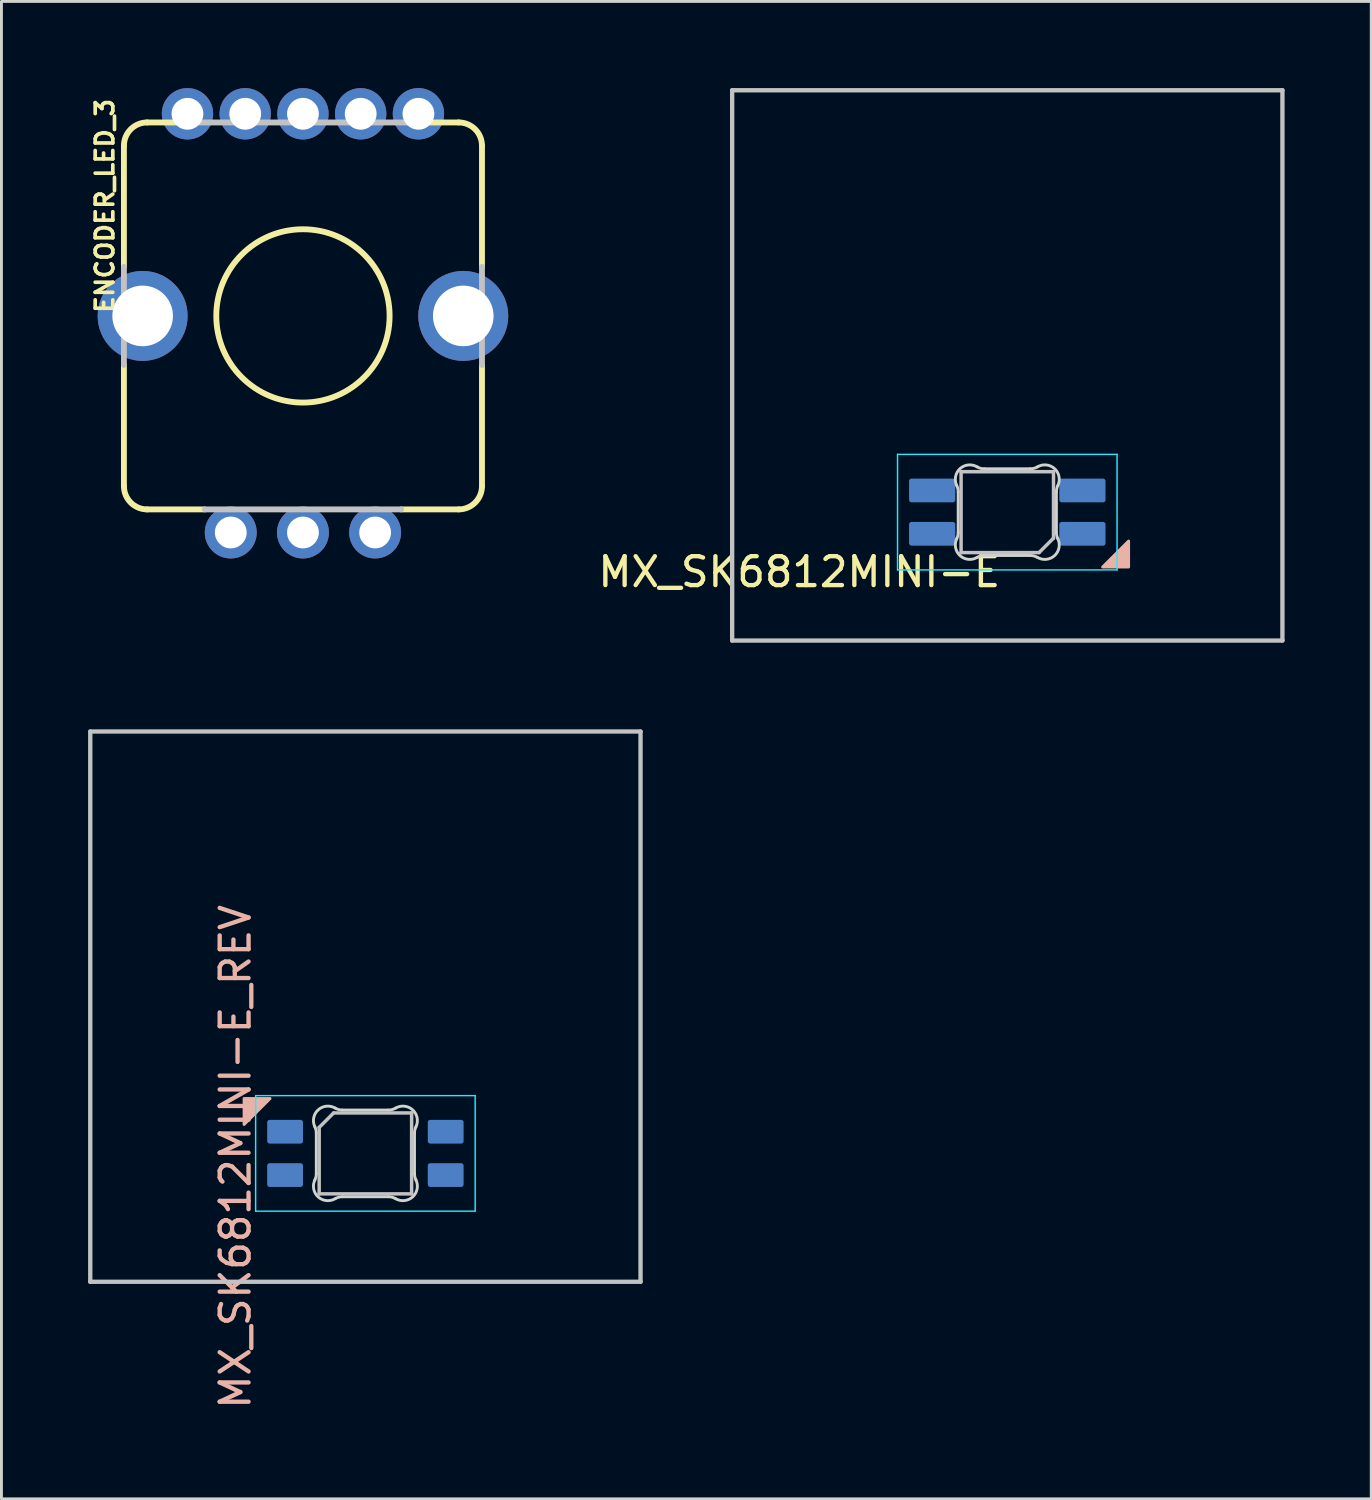
<source format=kicad_pcb>
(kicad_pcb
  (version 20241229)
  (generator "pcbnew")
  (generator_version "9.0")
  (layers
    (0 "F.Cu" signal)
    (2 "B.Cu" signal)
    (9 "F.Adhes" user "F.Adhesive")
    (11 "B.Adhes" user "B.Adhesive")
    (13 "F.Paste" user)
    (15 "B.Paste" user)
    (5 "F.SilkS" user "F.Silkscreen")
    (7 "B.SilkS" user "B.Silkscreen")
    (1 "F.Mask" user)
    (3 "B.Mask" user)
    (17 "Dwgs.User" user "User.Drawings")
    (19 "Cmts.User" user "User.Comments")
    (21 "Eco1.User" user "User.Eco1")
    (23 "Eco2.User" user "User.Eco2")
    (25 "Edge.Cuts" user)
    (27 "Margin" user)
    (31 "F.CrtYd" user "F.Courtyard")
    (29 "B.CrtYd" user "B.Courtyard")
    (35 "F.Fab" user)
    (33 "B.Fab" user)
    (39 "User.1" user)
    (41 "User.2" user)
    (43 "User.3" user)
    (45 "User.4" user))
  (footprint "MX_SK6812MINI-E"
    (layer "F.Cu")
    (at 31.822 9.6)
    (property "Reference" "MX_SK6812MINI-E" (at -7.2 7.15 0) (layer "F.SilkS") (effects (font (size 1 1) (thickness 0.15))))
    (attr through_hole)
    (fp_poly (pts (xy 4.2 6.08) (xy 3.3 6.98) (xy 4.2 6.98)) (stroke (width 0.1) (type solid)) (fill yes) (layer "B.SilkS"))
    (fp_line (start -9.525 -9.525) (end 9.525 -9.525) (stroke (width 0.15) (type solid)) (layer "Dwgs.User"))
    (fp_line (start -9.525 9.525) (end -9.525 -9.525) (stroke (width 0.15) (type solid)) (layer "Dwgs.User"))
    (fp_line (start -1.6 3.68) (end -1.6 6.48) (stroke (width 0.12) (type solid)) (layer "Dwgs.User"))
    (fp_line (start -1.6 6.48) (end 1.1 6.48) (stroke (width 0.12) (type solid)) (layer "Dwgs.User"))
    (fp_line (start 1.6 3.68) (end -1.6 3.68) (stroke (width 0.12) (type solid)) (layer "Dwgs.User"))
    (fp_line (start 1.6 5.98) (end 1.1 6.48) (stroke (width 0.12) (type solid)) (layer "Dwgs.User"))
    (fp_line (start 1.6 5.98) (end 1.6 3.68) (stroke (width 0.12) (type solid)) (layer "Dwgs.User"))
    (fp_line (start 9.525 -9.525) (end 9.525 9.525) (stroke (width 0.15) (type solid)) (layer "Dwgs.User"))
    (fp_line (start 9.525 9.525) (end -9.525 9.525) (stroke (width 0.15) (type solid)) (layer "Dwgs.User"))
    (fp_line (start -1.7 5.783) (end -1.7 4.377) (stroke (width 0.1) (type solid)) (layer "Edge.Cuts"))
    (fp_line (start -0.794 3.58) (end 0.794 3.58) (stroke (width 0.1) (type solid)) (layer "Edge.Cuts"))
    (fp_line (start 0.794 6.58) (end -0.794 6.58) (stroke (width 0.1) (type solid)) (layer "Edge.Cuts"))
    (fp_line (start 1.7 4.377) (end 1.7 5.783) (stroke (width 0.1) (type solid)) (layer "Edge.Cuts"))
    (fp_arc (start -1.749484 4.160279) (mid -1.712527 4.265931) (end -1.699999 4.377157) (stroke (width 0.1) (type solid)) (layer "Edge.Cuts"))
    (fp_arc (start -1.749484 4.160279) (mid -1.638071 3.575964) (end -1.046711 3.5117) (stroke (width 0.1) (type solid)) (layer "Edge.Cuts"))
    (fp_arc (start -1.699999 5.782842) (mid -1.712527 5.894067) (end -1.749484 5.999719) (stroke (width 0.1) (type solid)) (layer "Edge.Cuts"))
    (fp_arc (start -1.046711 6.648296) (mid -1.63807 6.584033) (end -1.749484 5.999719) (stroke (width 0.1) (type solid)) (layer "Edge.Cuts"))
    (fp_arc (start -1.04671 6.648298) (mid -0.925122 6.597376) (end -0.794452 6.579999) (stroke (width 0.1) (type solid)) (layer "Edge.Cuts"))
    (fp_arc (start -0.794453 3.579999) (mid -0.925123 3.562622) (end -1.046711 3.5117) (stroke (width 0.1) (type solid)) (layer "Edge.Cuts"))
    (fp_arc (start 0.794452 6.579999) (mid 0.925123 6.597376) (end 1.046711 6.648298) (stroke (width 0.1) (type solid)) (layer "Edge.Cuts"))
    (fp_arc (start 1.046711 3.511701) (mid 0.925123 3.562623) (end 0.794453 3.58) (stroke (width 0.1) (type solid)) (layer "Edge.Cuts"))
    (fp_arc (start 1.046711 3.511701) (mid 1.638071 3.575965) (end 1.749484 4.160279) (stroke (width 0.1) (type solid)) (layer "Edge.Cuts"))
    (fp_arc (start 1.699999 4.377156) (mid 1.712527 4.265931) (end 1.749484 4.160279) (stroke (width 0.1) (type solid)) (layer "Edge.Cuts"))
    (fp_arc (start 1.749484 5.999718) (mid 1.638072 6.584034) (end 1.046711 6.648298) (stroke (width 0.1) (type solid)) (layer "Edge.Cuts"))
    (fp_arc (start 1.749484 5.999719) (mid 1.712527 5.894067) (end 1.699999 5.782841) (stroke (width 0.1) (type solid)) (layer "Edge.Cuts"))
    (fp_line (start -3.8 3.08) (end -3.8 7.08) (stroke (width 0.05) (type solid)) (layer "B.CrtYd"))
    (fp_line (start -3.8 7.08) (end 3.8 7.08) (stroke (width 0.05) (type solid)) (layer "B.CrtYd"))
    (fp_line (start 3.8 3.08) (end -3.8 3.08) (stroke (width 0.05) (type solid)) (layer "B.CrtYd"))
    (fp_line (start 3.8 7.08) (end 3.8 3.08) (stroke (width 0.05) (type solid)) (layer "B.CrtYd"))
    (pad "1" smd roundrect (at -2.6 4.33 270) (size 0.82 1.6) (layers "B.Cu" "B.Mask" "B.Paste") (roundrect_rratio 0.1))
    (pad "2" smd roundrect (at -2.6 5.83 270) (size 0.82 1.6) (layers "B.Cu" "B.Mask" "B.Paste") (roundrect_rratio 0.1))
    (pad "3" smd roundrect (at 2.6 5.83 270) (size 0.82 1.6) (layers "B.Cu" "B.Mask" "B.Paste") (roundrect_rratio 0.1))
    (pad "4" smd roundrect (at 2.6 4.33 270) (size 0.82 1.6) (layers "B.Cu" "B.Mask" "B.Paste") (roundrect_rratio 0.1)))
  (footprint "MX_SK6812MINI-E_REV"
    (layer "F.Cu")
    (at 9.6 31.8)
    (property "Reference" "MX_SK6812MINI-E_REV" (at -4.5 5.2 270) (layer "B.SilkS") (effects (font (size 1 1) (thickness 0.15))))
    (attr through_hole)
    (fp_poly (pts (xy -4.2 4.08) (xy -3.3 3.18) (xy -4.2 3.18)) (stroke (width 0.1) (type solid)) (fill yes) (layer "B.SilkS"))
    (fp_line (start -9.525 -9.525) (end 9.525 -9.525) (stroke (width 0.15) (type solid)) (layer "Dwgs.User"))
    (fp_line (start -9.525 9.525) (end -9.525 -9.525) (stroke (width 0.15) (type solid)) (layer "Dwgs.User"))
    (fp_line (start -1.6 4.18) (end -1.6 6.48) (stroke (width 0.12) (type solid)) (layer "Dwgs.User"))
    (fp_line (start -1.6 4.18) (end -1.1 3.68) (stroke (width 0.12) (type solid)) (layer "Dwgs.User"))
    (fp_line (start -1.6 6.48) (end 1.6 6.48) (stroke (width 0.12) (type solid)) (layer "Dwgs.User"))
    (fp_line (start 1.6 3.68) (end -1.1 3.68) (stroke (width 0.12) (type solid)) (layer "Dwgs.User"))
    (fp_line (start 1.6 6.48) (end 1.6 3.68) (stroke (width 0.12) (type solid)) (layer "Dwgs.User"))
    (fp_line (start 9.525 -9.525) (end 9.525 9.525) (stroke (width 0.15) (type solid)) (layer "Dwgs.User"))
    (fp_line (start 9.525 9.525) (end -9.525 9.525) (stroke (width 0.15) (type solid)) (layer "Dwgs.User"))
    (fp_line (start -1.7 5.783) (end -1.7 4.377) (stroke (width 0.1) (type solid)) (layer "Edge.Cuts"))
    (fp_line (start -0.794 3.58) (end 0.794 3.58) (stroke (width 0.1) (type solid)) (layer "Edge.Cuts"))
    (fp_line (start 0.794 6.58) (end -0.794 6.58) (stroke (width 0.1) (type solid)) (layer "Edge.Cuts"))
    (fp_line (start 1.7 4.377) (end 1.7 5.783) (stroke (width 0.1) (type solid)) (layer "Edge.Cuts"))
    (fp_arc (start -1.749484 4.16028) (mid -1.712527 4.265932) (end -1.699999 4.377158) (stroke (width 0.1) (type solid)) (layer "Edge.Cuts"))
    (fp_arc (start -1.749484 4.160281) (mid -1.638072 3.575965) (end -1.046711 3.511701) (stroke (width 0.1) (type solid)) (layer "Edge.Cuts"))
    (fp_arc (start -1.699999 5.782843) (mid -1.712527 5.894068) (end -1.749484 5.99972) (stroke (width 0.1) (type solid)) (layer "Edge.Cuts"))
    (fp_arc (start -1.046711 6.648298) (mid -1.638071 6.584034) (end -1.749484 5.99972) (stroke (width 0.1) (type solid)) (layer "Edge.Cuts"))
    (fp_arc (start -1.046711 6.648298) (mid -0.925123 6.597376) (end -0.794453 6.579999) (stroke (width 0.1) (type solid)) (layer "Edge.Cuts"))
    (fp_arc (start -0.794452 3.58) (mid -0.925123 3.562623) (end -1.046711 3.511701) (stroke (width 0.1) (type solid)) (layer "Edge.Cuts"))
    (fp_arc (start 0.794453 6.58) (mid 0.925123 6.597377) (end 1.046711 6.648299) (stroke (width 0.1) (type solid)) (layer "Edge.Cuts"))
    (fp_arc (start 1.04671 3.511701) (mid 0.925122 3.562623) (end 0.794452 3.58) (stroke (width 0.1) (type solid)) (layer "Edge.Cuts"))
    (fp_arc (start 1.046711 3.511703) (mid 1.63807 3.575966) (end 1.749484 4.16028) (stroke (width 0.1) (type solid)) (layer "Edge.Cuts"))
    (fp_arc (start 1.699999 4.377157) (mid 1.712527 4.265932) (end 1.749484 4.16028) (stroke (width 0.1) (type solid)) (layer "Edge.Cuts"))
    (fp_arc (start 1.749484 5.99972) (mid 1.638071 6.584035) (end 1.046711 6.648299) (stroke (width 0.1) (type solid)) (layer "Edge.Cuts"))
    (fp_arc (start 1.749484 5.99972) (mid 1.712527 5.894068) (end 1.699999 5.782842) (stroke (width 0.1) (type solid)) (layer "Edge.Cuts"))
    (fp_line (start -3.8 3.08) (end -3.8 7.08) (stroke (width 0.05) (type solid)) (layer "B.CrtYd"))
    (fp_line (start -3.8 7.08) (end 3.8 7.08) (stroke (width 0.05) (type solid)) (layer "B.CrtYd"))
    (fp_line (start 3.8 3.08) (end -3.8 3.08) (stroke (width 0.05) (type solid)) (layer "B.CrtYd"))
    (fp_line (start 3.8 7.08) (end 3.8 3.08) (stroke (width 0.05) (type solid)) (layer "B.CrtYd"))
    (pad "1" smd roundrect (at 2.78 5.83 90) (size 0.82 1.24) (layers "B.Cu" "B.Mask" "B.Paste") (roundrect_rratio 0.1))
    (pad "2" smd roundrect (at 2.78 4.33 90) (size 0.82 1.24) (layers "B.Cu" "B.Mask" "B.Paste") (roundrect_rratio 0.1))
    (pad "3" smd roundrect (at -2.78 4.33 90) (size 0.82 1.24) (layers "B.Cu" "B.Mask" "B.Paste") (roundrect_rratio 0.1))
    (pad "4" smd roundrect (at -2.78 5.83 90) (size 0.82 1.24) (layers "B.Cu" "B.Mask" "B.Paste") (roundrect_rratio 0.1)))
  (footprint "ENCODER_LED_3"
    (layer "F.Cu")
    (at 7.438 7.887)
    (property "Reference" "ENCODER_LED_3" (at -6.858 -3.81 90) (layer "F.SilkS") (effects (font (size 0.61 0.61) (thickness 0.127))))
    (attr exclude_from_pos_files exclude_from_bom)
    (fp_line (start -6.198 -1.699) (end -6.198 -5.893) (stroke (width 0.203) (type solid)) (layer "F.SilkS"))
    (fp_line (start -6.198 1.699) (end -6.198 5.893) (stroke (width 0.203) (type solid)) (layer "F.SilkS"))
    (fp_line (start -5.392 -6.698) (end -3.899 -6.698) (stroke (width 0.203) (type solid)) (layer "F.SilkS"))
    (fp_line (start -5.392 6.698) (end -3.399 6.698) (stroke (width 0.203) (type solid)) (layer "F.SilkS"))
    (fp_line (start 5.392 -6.698) (end 3.899 -6.698) (stroke (width 0.203) (type solid)) (layer "F.SilkS"))
    (fp_line (start 5.392 6.698) (end 3.399 6.698) (stroke (width 0.203) (type solid)) (layer "F.SilkS"))
    (fp_line (start 6.198 -1.699) (end 6.198 -5.893) (stroke (width 0.203) (type solid)) (layer "F.SilkS"))
    (fp_line (start 6.198 1.699) (end 6.198 5.893) (stroke (width 0.203) (type solid)) (layer "F.SilkS"))
    (fp_arc (start -6.1976 -5.8928) (mid -5.961768 -6.462148) (end -5.39242 -6.69798) (stroke (width 0.2032) (type solid)) (layer "F.SilkS"))
    (fp_arc (start -5.39242 6.69798) (mid -5.961768 6.462148) (end -6.1976 5.8928) (stroke (width 0.2032) (type solid)) (layer "F.SilkS"))
    (fp_arc (start 5.39242 -6.69798) (mid 5.961768 -6.462148) (end 6.1976 -5.8928) (stroke (width 0.2032) (type solid)) (layer "F.SilkS"))
    (fp_arc (start 6.1976 5.8928) (mid 5.961768 6.462148) (end 5.39242 6.69798) (stroke (width 0.2032) (type solid)) (layer "F.SilkS"))
    (fp_circle (center 0 0) (end 0 -3) (stroke (width 0.203) (type solid)) (fill no) (layer "F.SilkS"))
    (fp_line (start -6.198 1.699) (end -6.198 -1.699) (stroke (width 0.203) (type solid)) (layer "Dwgs.User"))
    (fp_line (start -3.899 -6.698) (end 3.899 -6.698) (stroke (width 0.203) (type solid)) (layer "Dwgs.User"))
    (fp_line (start 3.399 6.698) (end -3.399 6.698) (stroke (width 0.203) (type solid)) (layer "Dwgs.User"))
    (fp_line (start 6.198 -1.699) (end 6.198 1.699) (stroke (width 0.203) (type solid)) (layer "Dwgs.User"))
    (pad "1" thru_hole circle (at -3.998 -6.998) (size 1.778 1.778) (drill 1.1) (layers "*.Cu" "*.Mask"))
    (pad "2" thru_hole circle (at -1.999 -6.998) (size 1.778 1.778) (drill 1.1) (layers "*.Cu" "*.Mask"))
    (pad "3" thru_hole circle (at 0 -6.998) (size 1.778 1.778) (drill 1.1) (layers "*.Cu" "*.Mask"))
    (pad "4" thru_hole circle (at 1.999 -6.998) (size 1.778 1.778) (drill 1.1) (layers "*.Cu" "*.Mask"))
    (pad "5" thru_hole circle (at 3.998 -6.998) (size 1.778 1.778) (drill 1.1) (layers "*.Cu" "*.Mask"))
    (pad "A" thru_hole circle (at -2.499 7.498) (size 1.798 1.798) (drill 1.1) (layers "*.Cu" "*.Mask"))
    (pad "B" thru_hole circle (at 2.499 7.498) (size 1.798 1.798) (drill 1.1) (layers "*.Cu" "*.Mask"))
    (pad "C" thru_hole circle (at 0 7.498) (size 1.798 1.798) (drill 1.1) (layers "*.Cu" "*.Mask"))
    (pad "M1" thru_hole circle (at -5.55 0) (size 3.114 3.114) (drill 2.098) (layers "*.Cu" "*.Mask"))
    (pad "M2" thru_hole circle (at 5.55 0) (size 3.114 3.114) (drill 2.098) (layers "*.Cu" "*.Mask")))
  (gr_rect
    (start -3 -3)
    (end 44.422 48.839)
    (stroke (width 0.1) (type default))
    (fill no)
    (layer "Edge.Cuts")))
</source>
